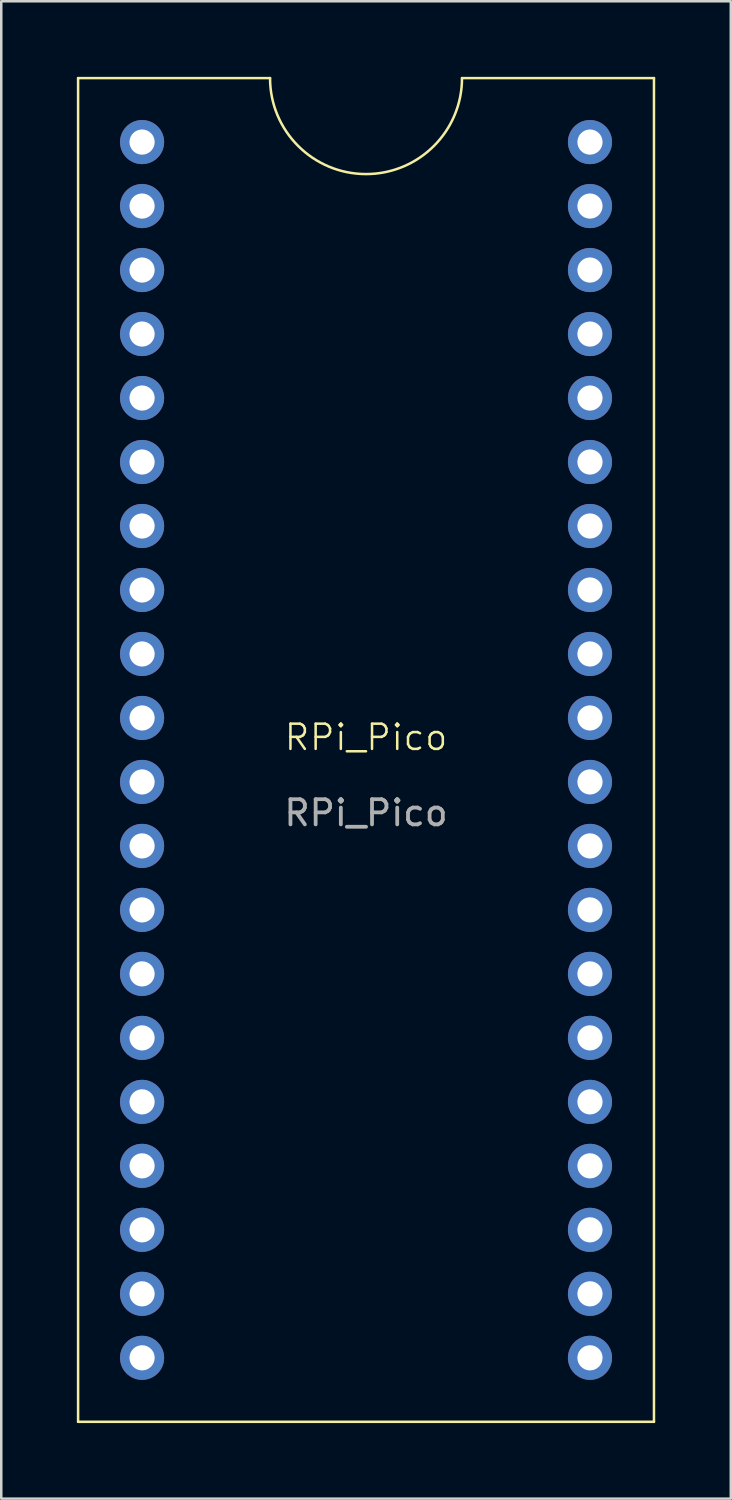
<source format=kicad_pcb>
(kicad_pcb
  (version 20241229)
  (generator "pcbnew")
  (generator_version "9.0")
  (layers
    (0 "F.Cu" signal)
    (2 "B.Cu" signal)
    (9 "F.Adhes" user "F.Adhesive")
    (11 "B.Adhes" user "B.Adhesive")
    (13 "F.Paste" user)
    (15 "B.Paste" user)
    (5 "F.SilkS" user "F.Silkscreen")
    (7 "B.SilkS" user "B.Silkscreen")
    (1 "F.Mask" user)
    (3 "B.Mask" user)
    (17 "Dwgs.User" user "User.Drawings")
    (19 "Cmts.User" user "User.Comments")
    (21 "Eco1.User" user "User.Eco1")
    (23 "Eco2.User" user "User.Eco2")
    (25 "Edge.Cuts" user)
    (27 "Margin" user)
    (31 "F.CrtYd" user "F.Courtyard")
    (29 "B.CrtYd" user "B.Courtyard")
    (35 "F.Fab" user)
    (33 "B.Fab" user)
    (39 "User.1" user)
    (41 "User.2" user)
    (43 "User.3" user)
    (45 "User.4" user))
  (footprint "RPi_Pico"
    (layer "F.Cu")
    (at 11.48 26.72)
    (property "Reference" "RPi_Pico" (at 0 -0.5 0) (unlocked yes) (layer "F.SilkS") (effects (font (size 1 1) (thickness 0.1))))
    (attr through_hole)
    (fp_line (start -11.43 -26.67) (end -11.43 26.67) (stroke (width 0.1) (type default)) (layer "F.SilkS"))
    (fp_line (start -11.43 -26.67) (end -3.81 -26.67) (stroke (width 0.1) (type default)) (layer "F.SilkS"))
    (fp_line (start -11.43 26.67) (end 11.43 26.67) (stroke (width 0.1) (type default)) (layer "F.SilkS"))
    (fp_line (start 3.81 -26.67) (end 11.43 -26.67) (stroke (width 0.1) (type default)) (layer "F.SilkS"))
    (fp_line (start 11.43 26.67) (end 11.43 -26.67) (stroke (width 0.1) (type default)) (layer "F.SilkS"))
    (fp_arc (start 3.81 -26.67) (mid 0 -22.86) (end -3.81 -26.67) (stroke (width 0.1) (type default)) (layer "F.SilkS"))
    (fp_text user "${REFERENCE}" (at 0 2.5 0) (unlocked yes) (layer "F.Fab") (effects (font (size 1 1) (thickness 0.15))))
    (pad "1" thru_hole circle (at -8.89 -24.13) (size 1.75 1.75) (drill 1) (layers "*.Cu" "*.Mask"))
    (pad "2" thru_hole circle (at -8.89 -21.59) (size 1.75 1.75) (drill 1) (layers "*.Cu" "*.Mask"))
    (pad "3" thru_hole circle (at -8.89 -19.05) (size 1.75 1.75) (drill 1) (layers "*.Cu" "*.Mask"))
    (pad "4" thru_hole circle (at -8.89 -16.51) (size 1.75 1.75) (drill 1) (layers "*.Cu" "*.Mask"))
    (pad "5" thru_hole circle (at -8.89 -13.97) (size 1.75 1.75) (drill 1) (layers "*.Cu" "*.Mask"))
    (pad "6" thru_hole circle (at -8.89 -11.43) (size 1.75 1.75) (drill 1) (layers "*.Cu" "*.Mask"))
    (pad "7" thru_hole circle (at -8.89 -8.89) (size 1.75 1.75) (drill 1) (layers "*.Cu" "*.Mask"))
    (pad "8" thru_hole circle (at -8.89 -6.35) (size 1.75 1.75) (drill 1) (layers "*.Cu" "*.Mask"))
    (pad "9" thru_hole circle (at -8.89 -3.81) (size 1.75 1.75) (drill 1) (layers "*.Cu" "*.Mask"))
    (pad "10" thru_hole circle (at -8.89 -1.27) (size 1.75 1.75) (drill 1) (layers "*.Cu" "*.Mask"))
    (pad "11" thru_hole circle (at -8.89 1.27) (size 1.75 1.75) (drill 1) (layers "*.Cu" "*.Mask"))
    (pad "12" thru_hole circle (at -8.89 3.81) (size 1.75 1.75) (drill 1) (layers "*.Cu" "*.Mask"))
    (pad "13" thru_hole circle (at -8.89 6.35) (size 1.75 1.75) (drill 1) (layers "*.Cu" "*.Mask"))
    (pad "14" thru_hole circle (at -8.89 8.89) (size 1.75 1.75) (drill 1) (layers "*.Cu" "*.Mask"))
    (pad "15" thru_hole circle (at -8.89 11.43) (size 1.75 1.75) (drill 1) (layers "*.Cu" "*.Mask"))
    (pad "16" thru_hole circle (at -8.89 13.97) (size 1.75 1.75) (drill 1) (layers "*.Cu" "*.Mask"))
    (pad "17" thru_hole circle (at -8.89 16.51) (size 1.75 1.75) (drill 1) (layers "*.Cu" "*.Mask"))
    (pad "18" thru_hole circle (at -8.89 19.05) (size 1.75 1.75) (drill 1) (layers "*.Cu" "*.Mask"))
    (pad "19" thru_hole circle (at -8.89 21.59) (size 1.75 1.75) (drill 1) (layers "*.Cu" "*.Mask"))
    (pad "20" thru_hole circle (at -8.89 24.13) (size 1.75 1.75) (drill 1) (layers "*.Cu" "*.Mask"))
    (pad "21" thru_hole circle (at 8.89 24.13) (size 1.75 1.75) (drill 1) (layers "*.Cu" "*.Mask"))
    (pad "22" thru_hole circle (at 8.89 21.59) (size 1.75 1.75) (drill 1) (layers "*.Cu" "*.Mask"))
    (pad "23" thru_hole circle (at 8.89 19.05) (size 1.75 1.75) (drill 1) (layers "*.Cu" "*.Mask"))
    (pad "24" thru_hole circle (at 8.89 16.51) (size 1.75 1.75) (drill 1) (layers "*.Cu" "*.Mask"))
    (pad "25" thru_hole circle (at 8.89 13.97) (size 1.75 1.75) (drill 1) (layers "*.Cu" "*.Mask"))
    (pad "26" thru_hole circle (at 8.89 11.43) (size 1.75 1.75) (drill 1) (layers "*.Cu" "*.Mask"))
    (pad "27" thru_hole circle (at 8.89 8.89) (size 1.75 1.75) (drill 1) (layers "*.Cu" "*.Mask"))
    (pad "28" thru_hole circle (at 8.89 6.35) (size 1.75 1.75) (drill 1) (layers "*.Cu" "*.Mask"))
    (pad "29" thru_hole circle (at 8.89 3.81) (size 1.75 1.75) (drill 1) (layers "*.Cu" "*.Mask"))
    (pad "30" thru_hole circle (at 8.89 1.27) (size 1.75 1.75) (drill 1) (layers "*.Cu" "*.Mask"))
    (pad "31" thru_hole circle (at 8.89 -1.27) (size 1.75 1.75) (drill 1) (layers "*.Cu" "*.Mask"))
    (pad "32" thru_hole circle (at 8.89 -3.81) (size 1.75 1.75) (drill 1) (layers "*.Cu" "*.Mask"))
    (pad "33" thru_hole circle (at 8.89 -6.35) (size 1.75 1.75) (drill 1) (layers "*.Cu" "*.Mask"))
    (pad "34" thru_hole circle (at 8.89 -8.89) (size 1.75 1.75) (drill 1) (layers "*.Cu" "*.Mask"))
    (pad "35" thru_hole circle (at 8.89 -11.43) (size 1.75 1.75) (drill 1) (layers "*.Cu" "*.Mask"))
    (pad "36" thru_hole circle (at 8.89 -13.97) (size 1.75 1.75) (drill 1) (layers "*.Cu" "*.Mask"))
    (pad "37" thru_hole circle (at 8.89 -16.51) (size 1.75 1.75) (drill 1) (layers "*.Cu" "*.Mask"))
    (pad "38" thru_hole circle (at 8.89 -19.05) (size 1.75 1.75) (drill 1) (layers "*.Cu" "*.Mask"))
    (pad "39" thru_hole circle (at 8.89 -21.59) (size 1.75 1.75) (drill 1) (layers "*.Cu" "*.Mask"))
    (pad "40" thru_hole circle (at 8.89 -24.13) (size 1.75 1.75) (drill 1) (layers "*.Cu" "*.Mask")))
  (gr_rect
    (start -3 -3)
    (end 25.96 56.44)
    (stroke (width 0.1) (type default))
    (fill no)
    (layer "Edge.Cuts")))
</source>
